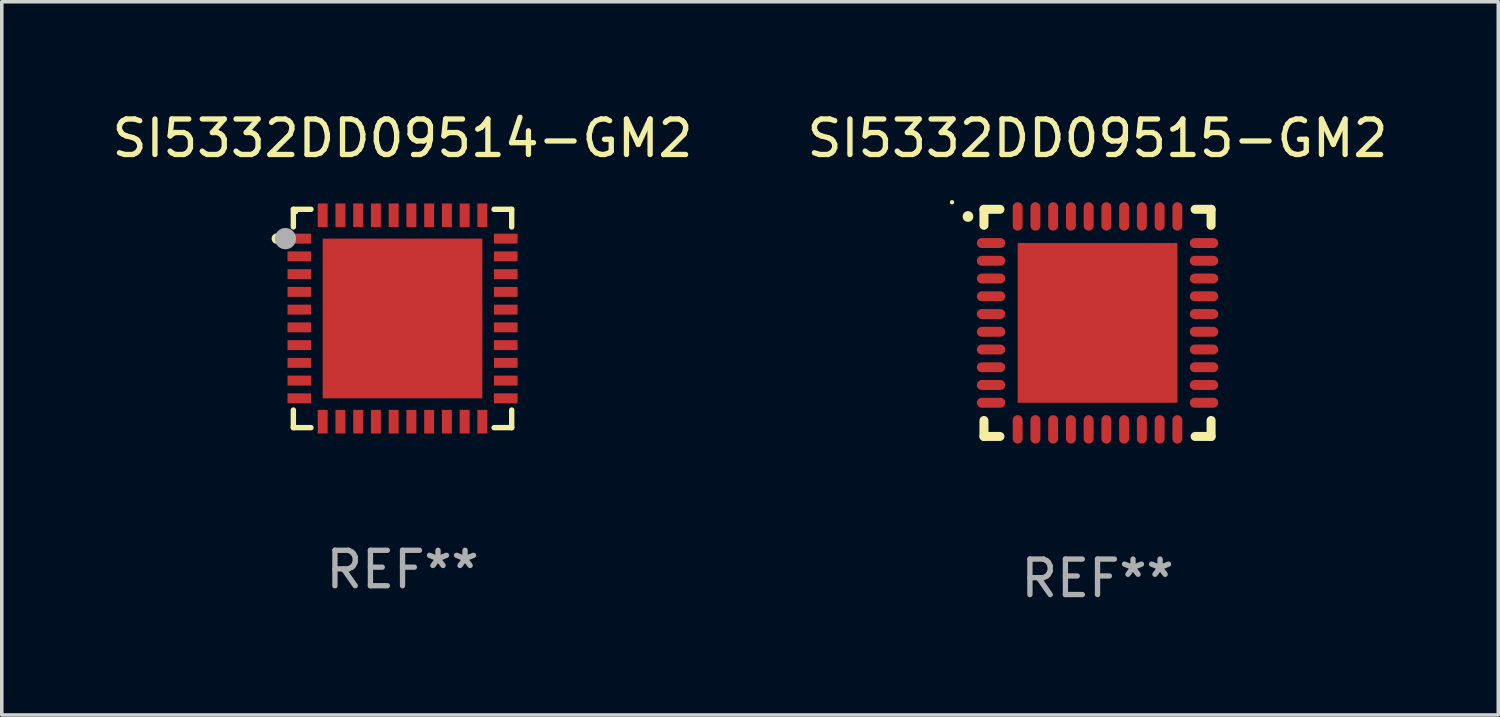
<source format=kicad_pcb>
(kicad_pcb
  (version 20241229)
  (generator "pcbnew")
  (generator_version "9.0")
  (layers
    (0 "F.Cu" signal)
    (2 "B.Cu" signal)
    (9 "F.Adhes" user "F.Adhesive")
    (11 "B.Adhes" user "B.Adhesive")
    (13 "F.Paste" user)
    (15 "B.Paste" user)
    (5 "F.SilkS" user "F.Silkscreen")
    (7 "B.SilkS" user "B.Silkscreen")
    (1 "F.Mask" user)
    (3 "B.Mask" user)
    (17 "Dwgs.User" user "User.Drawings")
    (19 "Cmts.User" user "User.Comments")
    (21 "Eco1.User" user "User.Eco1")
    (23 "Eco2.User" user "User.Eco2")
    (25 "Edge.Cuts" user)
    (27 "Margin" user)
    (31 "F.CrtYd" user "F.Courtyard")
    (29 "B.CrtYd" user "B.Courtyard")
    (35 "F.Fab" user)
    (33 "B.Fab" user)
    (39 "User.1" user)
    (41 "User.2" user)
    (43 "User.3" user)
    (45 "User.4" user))
  (footprint "SI5332DD09515-GM2"
    (layer "F.Cu")
    (at 27.875 6.048)
    (property "Reference" "SI5332DD09515-GM2" (at 0 -5.2 0) (layer "F.SilkS") (effects (font (size 1 1) (thickness 0.15))))
    (attr through_hole)
    (fp_line (start -3.2 -3.2) (end -2.75 -3.2) (stroke (width 0.254) (type solid)) (layer "F.SilkS"))
    (fp_line (start -3.2 -2.75) (end -3.2 -3.2) (stroke (width 0.254) (type solid)) (layer "F.SilkS"))
    (fp_line (start -3.2 3.2) (end -3.2 2.75) (stroke (width 0.254) (type solid)) (layer "F.SilkS"))
    (fp_line (start -2.75 3.2) (end -3.2 3.2) (stroke (width 0.254) (type solid)) (layer "F.SilkS"))
    (fp_line (start 2.75 3.2) (end 3.2 3.2) (stroke (width 0.254) (type solid)) (layer "F.SilkS"))
    (fp_line (start 3.2 -3.2) (end 2.75 -3.2) (stroke (width 0.254) (type solid)) (layer "F.SilkS"))
    (fp_line (start 3.2 -2.75) (end 3.2 -3.2) (stroke (width 0.254) (type solid)) (layer "F.SilkS"))
    (fp_line (start 3.2 3.2) (end 3.2 2.75) (stroke (width 0.254) (type solid)) (layer "F.SilkS"))
    (fp_arc (start -3.649987 -2.997206) (mid -3.649992 -2.998476) (end -3.649987 -2.999746) (stroke (width 0.3) (type solid)) (layer "F.SilkS"))
    (fp_circle (center -4.1 -3.4) (end -4.07 -3.4) (stroke (width 0.06) (type solid)) (fill no) (layer "F.SilkS"))
    (fp_text user "REF**" (at 0 7.2 0) (layer "F.Fab") (effects (font (size 1 1) (thickness 0.15))))
    (pad "1" smd oval (at -3 -2.25 90) (size 0.28 0.8) (layers "F.Cu" "F.Mask" "F.Paste"))
    (pad "2" smd oval (at -3 -1.75 90) (size 0.28 0.8) (layers "F.Cu" "F.Mask" "F.Paste"))
    (pad "3" smd oval (at -3 -1.25 90) (size 0.28 0.8) (layers "F.Cu" "F.Mask" "F.Paste"))
    (pad "4" smd oval (at -3 -0.75 90) (size 0.28 0.8) (layers "F.Cu" "F.Mask" "F.Paste"))
    (pad "5" smd oval (at -3 -0.25 90) (size 0.28 0.8) (layers "F.Cu" "F.Mask" "F.Paste"))
    (pad "6" smd oval (at -3 0.25 90) (size 0.28 0.8) (layers "F.Cu" "F.Mask" "F.Paste"))
    (pad "7" smd oval (at -3 0.75 90) (size 0.28 0.8) (layers "F.Cu" "F.Mask" "F.Paste"))
    (pad "8" smd oval (at -3 1.25 90) (size 0.28 0.8) (layers "F.Cu" "F.Mask" "F.Paste"))
    (pad "9" smd oval (at -3 1.75 90) (size 0.28 0.8) (layers "F.Cu" "F.Mask" "F.Paste"))
    (pad "10" smd oval (at -3 2.25 90) (size 0.28 0.8) (layers "F.Cu" "F.Mask" "F.Paste"))
    (pad "11" smd oval (at -2.25 3) (size 0.28 0.8) (layers "F.Cu" "F.Mask" "F.Paste"))
    (pad "12" smd oval (at -1.75 3) (size 0.28 0.8) (layers "F.Cu" "F.Mask" "F.Paste"))
    (pad "13" smd oval (at -1.25 3) (size 0.28 0.8) (layers "F.Cu" "F.Mask" "F.Paste"))
    (pad "14" smd oval (at -0.75 3) (size 0.28 0.8) (layers "F.Cu" "F.Mask" "F.Paste"))
    (pad "15" smd oval (at -0.25 3) (size 0.28 0.8) (layers "F.Cu" "F.Mask" "F.Paste"))
    (pad "16" smd oval (at 0.25 3) (size 0.28 0.8) (layers "F.Cu" "F.Mask" "F.Paste"))
    (pad "17" smd oval (at 0.75 3) (size 0.28 0.8) (layers "F.Cu" "F.Mask" "F.Paste"))
    (pad "18" smd oval (at 1.25 3) (size 0.28 0.8) (layers "F.Cu" "F.Mask" "F.Paste"))
    (pad "19" smd oval (at 1.75 3) (size 0.28 0.8) (layers "F.Cu" "F.Mask" "F.Paste"))
    (pad "20" smd oval (at 2.25 3) (size 0.28 0.8) (layers "F.Cu" "F.Mask" "F.Paste"))
    (pad "21" smd oval (at 3 2.25 90) (size 0.28 0.8) (layers "F.Cu" "F.Mask" "F.Paste"))
    (pad "22" smd oval (at 3 1.75 90) (size 0.28 0.8) (layers "F.Cu" "F.Mask" "F.Paste"))
    (pad "23" smd oval (at 3 1.25 90) (size 0.28 0.8) (layers "F.Cu" "F.Mask" "F.Paste"))
    (pad "24" smd oval (at 3 0.75 90) (size 0.28 0.8) (layers "F.Cu" "F.Mask" "F.Paste"))
    (pad "25" smd oval (at 3 0.25 90) (size 0.28 0.8) (layers "F.Cu" "F.Mask" "F.Paste"))
    (pad "26" smd oval (at 3 -0.25 90) (size 0.28 0.8) (layers "F.Cu" "F.Mask" "F.Paste"))
    (pad "27" smd oval (at 3 -0.75 90) (size 0.28 0.8) (layers "F.Cu" "F.Mask" "F.Paste"))
    (pad "28" smd oval (at 3 -1.25 90) (size 0.28 0.8) (layers "F.Cu" "F.Mask" "F.Paste"))
    (pad "29" smd oval (at 3 -1.75 90) (size 0.28 0.8) (layers "F.Cu" "F.Mask" "F.Paste"))
    (pad "30" smd oval (at 3 -2.25 90) (size 0.28 0.8) (layers "F.Cu" "F.Mask" "F.Paste"))
    (pad "31" smd oval (at 2.25 -3) (size 0.28 0.8) (layers "F.Cu" "F.Mask" "F.Paste"))
    (pad "32" smd oval (at 1.75 -3) (size 0.28 0.8) (layers "F.Cu" "F.Mask" "F.Paste"))
    (pad "33" smd oval (at 1.25 -3) (size 0.28 0.8) (layers "F.Cu" "F.Mask" "F.Paste"))
    (pad "34" smd oval (at 0.75 -3) (size 0.28 0.8) (layers "F.Cu" "F.Mask" "F.Paste"))
    (pad "35" smd oval (at 0.25 -3) (size 0.28 0.8) (layers "F.Cu" "F.Mask" "F.Paste"))
    (pad "36" smd oval (at -0.25 -3) (size 0.28 0.8) (layers "F.Cu" "F.Mask" "F.Paste"))
    (pad "37" smd oval (at -0.75 -3) (size 0.28 0.8) (layers "F.Cu" "F.Mask" "F.Paste"))
    (pad "38" smd oval (at -1.25 -3) (size 0.28 0.8) (layers "F.Cu" "F.Mask" "F.Paste"))
    (pad "39" smd oval (at -1.75 -3) (size 0.28 0.8) (layers "F.Cu" "F.Mask" "F.Paste"))
    (pad "40" smd oval (at -2.25 -3) (size 0.28 0.8) (layers "F.Cu" "F.Mask" "F.Paste"))
    (pad "41" smd rect (at 0 0) (size 4.5 4.5) (layers "F.Cu" "F.Mask" "F.Paste")))
  (footprint "SI5332DD09514-GM2"
    (layer "F.Cu")
    (at 8.292 5.924)
    (property "Reference" "SI5332DD09514-GM2" (at 0 -5.076 0) (layer "F.SilkS") (effects (font (size 1 1) (thickness 0.15))))
    (attr through_hole)
    (fp_line (start -3.076 -3.076) (end -3.076 -2.58) (stroke (width 0.152) (type solid)) (layer "F.SilkS"))
    (fp_line (start -3.076 3.076) (end -3.076 2.58) (stroke (width 0.152) (type solid)) (layer "F.SilkS"))
    (fp_line (start -2.58 -3.076) (end -3.076 -3.076) (stroke (width 0.152) (type solid)) (layer "F.SilkS"))
    (fp_line (start -2.58 3.076) (end -3.076 3.076) (stroke (width 0.152) (type solid)) (layer "F.SilkS"))
    (fp_line (start 2.58 -3.076) (end 3.076 -3.076) (stroke (width 0.152) (type solid)) (layer "F.SilkS"))
    (fp_line (start 2.58 3.076) (end 3.076 3.076) (stroke (width 0.152) (type solid)) (layer "F.SilkS"))
    (fp_line (start 3.076 -3.076) (end 3.076 -2.58) (stroke (width 0.152) (type solid)) (layer "F.SilkS"))
    (fp_line (start 3.076 3.076) (end 3.076 2.58) (stroke (width 0.152) (type solid)) (layer "F.SilkS"))
    (fp_circle (center -3.54 -2.25) (end -3.465 -2.25) (stroke (width 0.15) (type solid)) (fill no) (layer "F.SilkS"))
    (fp_circle (center -3 -3) (end -2.97 -3) (stroke (width 0.06) (type solid)) (fill no) (layer "F.SilkS"))
    (fp_circle (center -3.3 -2.25) (end -3.15 -2.25) (stroke (width 0.3) (type solid)) (fill no) (layer "F.Fab"))
    (fp_text user "REF**" (at 0 7.076 0) (layer "F.Fab") (effects (font (size 1 1) (thickness 0.15))))
    (pad "1" smd rect (at -2.908 -2.25) (size 0.665 0.28) (layers "F.Cu" "F.Mask" "F.Paste"))
    (pad "2" smd rect (at -2.908 -1.75) (size 0.665 0.28) (layers "F.Cu" "F.Mask" "F.Paste"))
    (pad "3" smd rect (at -2.908 -1.25) (size 0.665 0.28) (layers "F.Cu" "F.Mask" "F.Paste"))
    (pad "4" smd rect (at -2.908 -0.75) (size 0.665 0.28) (layers "F.Cu" "F.Mask" "F.Paste"))
    (pad "5" smd rect (at -2.908 -0.25) (size 0.665 0.28) (layers "F.Cu" "F.Mask" "F.Paste"))
    (pad "6" smd rect (at -2.908 0.25) (size 0.665 0.28) (layers "F.Cu" "F.Mask" "F.Paste"))
    (pad "7" smd rect (at -2.908 0.75) (size 0.665 0.28) (layers "F.Cu" "F.Mask" "F.Paste"))
    (pad "8" smd rect (at -2.908 1.25) (size 0.665 0.28) (layers "F.Cu" "F.Mask" "F.Paste"))
    (pad "9" smd rect (at -2.908 1.75) (size 0.665 0.28) (layers "F.Cu" "F.Mask" "F.Paste"))
    (pad "10" smd rect (at -2.908 2.25) (size 0.665 0.28) (layers "F.Cu" "F.Mask" "F.Paste"))
    (pad "11" smd rect (at -2.25 2.908) (size 0.28 0.665) (layers "F.Cu" "F.Mask" "F.Paste"))
    (pad "12" smd rect (at -1.75 2.908) (size 0.28 0.665) (layers "F.Cu" "F.Mask" "F.Paste"))
    (pad "13" smd rect (at -1.25 2.908) (size 0.28 0.665) (layers "F.Cu" "F.Mask" "F.Paste"))
    (pad "14" smd rect (at -0.75 2.908) (size 0.28 0.665) (layers "F.Cu" "F.Mask" "F.Paste"))
    (pad "15" smd rect (at -0.25 2.908) (size 0.28 0.665) (layers "F.Cu" "F.Mask" "F.Paste"))
    (pad "16" smd rect (at 0.25 2.908) (size 0.28 0.665) (layers "F.Cu" "F.Mask" "F.Paste"))
    (pad "17" smd rect (at 0.75 2.908) (size 0.28 0.665) (layers "F.Cu" "F.Mask" "F.Paste"))
    (pad "18" smd rect (at 1.25 2.908) (size 0.28 0.665) (layers "F.Cu" "F.Mask" "F.Paste"))
    (pad "19" smd rect (at 1.75 2.908) (size 0.28 0.665) (layers "F.Cu" "F.Mask" "F.Paste"))
    (pad "20" smd rect (at 2.25 2.908) (size 0.28 0.665) (layers "F.Cu" "F.Mask" "F.Paste"))
    (pad "21" smd rect (at 2.908 2.25) (size 0.665 0.28) (layers "F.Cu" "F.Mask" "F.Paste"))
    (pad "22" smd rect (at 2.908 1.75) (size 0.665 0.28) (layers "F.Cu" "F.Mask" "F.Paste"))
    (pad "23" smd rect (at 2.908 1.25) (size 0.665 0.28) (layers "F.Cu" "F.Mask" "F.Paste"))
    (pad "24" smd rect (at 2.908 0.75) (size 0.665 0.28) (layers "F.Cu" "F.Mask" "F.Paste"))
    (pad "25" smd rect (at 2.908 0.25) (size 0.665 0.28) (layers "F.Cu" "F.Mask" "F.Paste"))
    (pad "26" smd rect (at 2.908 -0.25) (size 0.665 0.28) (layers "F.Cu" "F.Mask" "F.Paste"))
    (pad "27" smd rect (at 2.908 -0.75) (size 0.665 0.28) (layers "F.Cu" "F.Mask" "F.Paste"))
    (pad "28" smd rect (at 2.908 -1.25) (size 0.665 0.28) (layers "F.Cu" "F.Mask" "F.Paste"))
    (pad "29" smd rect (at 2.908 -1.75) (size 0.665 0.28) (layers "F.Cu" "F.Mask" "F.Paste"))
    (pad "30" smd rect (at 2.908 -2.25) (size 0.665 0.28) (layers "F.Cu" "F.Mask" "F.Paste"))
    (pad "31" smd rect (at 2.25 -2.908) (size 0.28 0.665) (layers "F.Cu" "F.Mask" "F.Paste"))
    (pad "32" smd rect (at 1.75 -2.908) (size 0.28 0.665) (layers "F.Cu" "F.Mask" "F.Paste"))
    (pad "33" smd rect (at 1.25 -2.908) (size 0.28 0.665) (layers "F.Cu" "F.Mask" "F.Paste"))
    (pad "34" smd rect (at 0.75 -2.908) (size 0.28 0.665) (layers "F.Cu" "F.Mask" "F.Paste"))
    (pad "35" smd rect (at 0.25 -2.908) (size 0.28 0.665) (layers "F.Cu" "F.Mask" "F.Paste"))
    (pad "36" smd rect (at -0.25 -2.908) (size 0.28 0.665) (layers "F.Cu" "F.Mask" "F.Paste"))
    (pad "37" smd rect (at -0.75 -2.908) (size 0.28 0.665) (layers "F.Cu" "F.Mask" "F.Paste"))
    (pad "38" smd rect (at -1.25 -2.908) (size 0.28 0.665) (layers "F.Cu" "F.Mask" "F.Paste"))
    (pad "39" smd rect (at -1.75 -2.908) (size 0.28 0.665) (layers "F.Cu" "F.Mask" "F.Paste"))
    (pad "40" smd rect (at -2.25 -2.908) (size 0.28 0.665) (layers "F.Cu" "F.Mask" "F.Paste"))
    (pad "41" smd rect (at 0 0) (size 4.5 4.5) (layers "F.Cu" "F.Mask" "F.Paste")))
  (gr_rect
    (start -3 -3)
    (end 39.167 17.096)
    (stroke (width 0.1) (type default))
    (fill no)
    (layer "Edge.Cuts")))
</source>
